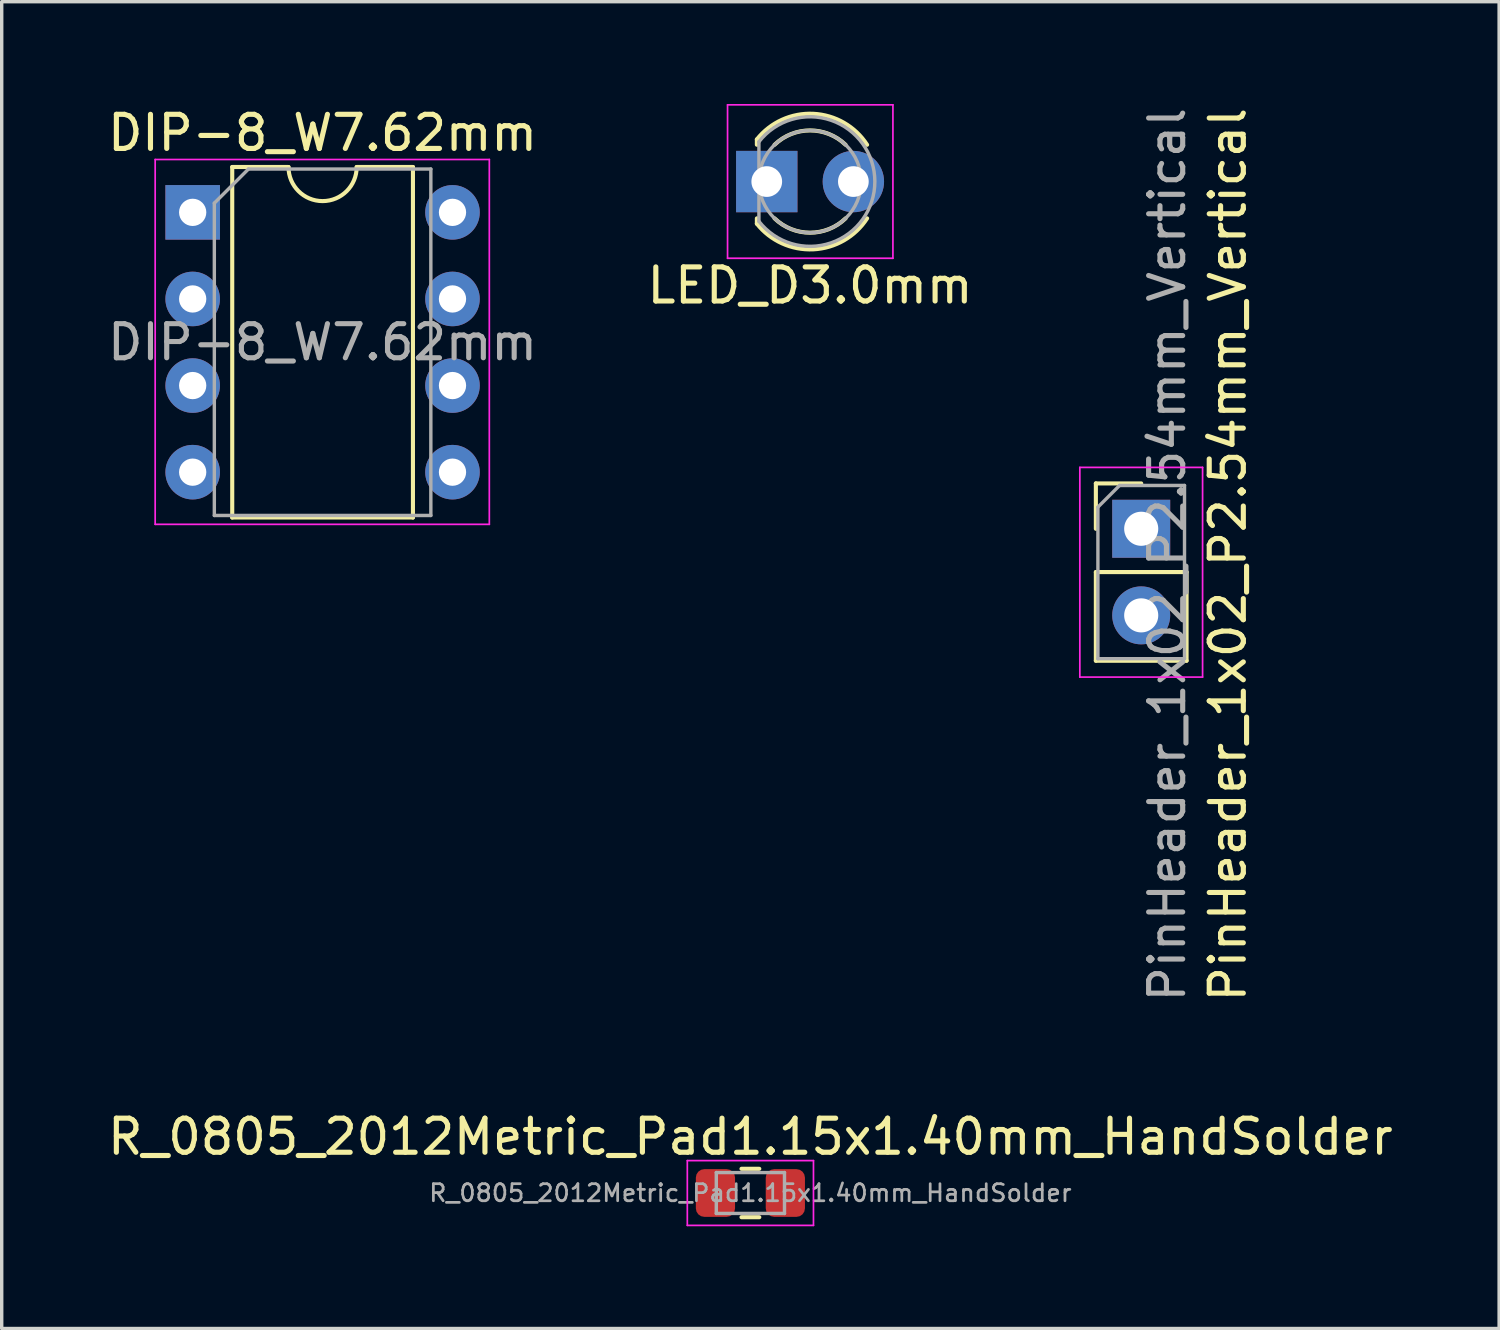
<source format=kicad_pcb>
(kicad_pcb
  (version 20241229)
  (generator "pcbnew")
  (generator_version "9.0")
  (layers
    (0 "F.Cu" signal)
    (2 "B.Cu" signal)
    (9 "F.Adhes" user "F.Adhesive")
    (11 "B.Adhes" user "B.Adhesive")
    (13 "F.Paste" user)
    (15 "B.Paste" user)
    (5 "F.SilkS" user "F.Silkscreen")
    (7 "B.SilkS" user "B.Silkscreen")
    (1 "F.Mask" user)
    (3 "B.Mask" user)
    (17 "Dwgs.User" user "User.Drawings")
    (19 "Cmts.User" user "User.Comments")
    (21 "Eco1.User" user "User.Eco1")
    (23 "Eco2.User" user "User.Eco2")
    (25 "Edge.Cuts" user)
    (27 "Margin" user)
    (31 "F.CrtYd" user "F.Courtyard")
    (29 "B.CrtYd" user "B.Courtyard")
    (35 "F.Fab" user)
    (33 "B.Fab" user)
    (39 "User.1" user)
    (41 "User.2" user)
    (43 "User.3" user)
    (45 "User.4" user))
  (footprint "PinHeader_1x02_P2.54mm_Vertical"
    (layer "F.Cu")
    (at 30.42 12.458)
    (property "Reference" "PinHeader_1x02_P2.54mm_Vertical" (at 2.54 0.762 270) (layer "F.SilkS") (effects (font (size 1 1) (thickness 0.15))))
    (attr through_hole)
    (fp_line (start -1.33 -1.33) (end 0 -1.33) (stroke (width 0.12) (type solid)) (layer "F.SilkS"))
    (fp_line (start -1.33 0) (end -1.33 -1.33) (stroke (width 0.12) (type solid)) (layer "F.SilkS"))
    (fp_line (start -1.33 1.27) (end -1.33 3.87) (stroke (width 0.12) (type solid)) (layer "F.SilkS"))
    (fp_line (start -1.33 1.27) (end 1.33 1.27) (stroke (width 0.12) (type solid)) (layer "F.SilkS"))
    (fp_line (start -1.33 3.87) (end 1.33 3.87) (stroke (width 0.12) (type solid)) (layer "F.SilkS"))
    (fp_line (start 1.33 1.27) (end 1.33 3.87) (stroke (width 0.12) (type solid)) (layer "F.SilkS"))
    (fp_line (start -1.8 -1.8) (end -1.8 4.35) (stroke (width 0.05) (type solid)) (layer "F.CrtYd"))
    (fp_line (start -1.8 4.35) (end 1.8 4.35) (stroke (width 0.05) (type solid)) (layer "F.CrtYd"))
    (fp_line (start 1.8 -1.8) (end -1.8 -1.8) (stroke (width 0.05) (type solid)) (layer "F.CrtYd"))
    (fp_line (start 1.8 4.35) (end 1.8 -1.8) (stroke (width 0.05) (type solid)) (layer "F.CrtYd"))
    (fp_line (start -1.27 -0.635) (end -0.635 -1.27) (stroke (width 0.1) (type solid)) (layer "F.Fab"))
    (fp_line (start -1.27 3.81) (end -1.27 -0.635) (stroke (width 0.1) (type solid)) (layer "F.Fab"))
    (fp_line (start -0.635 -1.27) (end 1.27 -1.27) (stroke (width 0.1) (type solid)) (layer "F.Fab"))
    (fp_line (start 1.27 -1.27) (end 1.27 3.81) (stroke (width 0.1) (type solid)) (layer "F.Fab"))
    (fp_line (start 1.27 3.81) (end -1.27 3.81) (stroke (width 0.1) (type solid)) (layer "F.Fab"))
    (fp_text user "${REFERENCE}" (at 0.762 0.762 270) (layer "F.Fab") (effects (font (size 1 1) (thickness 0.15))))
    (pad "1" thru_hole rect (at 0 0) (size 1.7 1.7) (drill 1) (layers "*.Cu" "*.Mask"))
    (pad "2" thru_hole oval (at 0 2.54) (size 1.7 1.7) (drill 1) (layers "*.Cu" "*.Mask")))
  (footprint "R_0805_2012Metric_Pad1.15x1.40mm_HandSolder"
    (layer "F.Cu")
    (at 18.958 31.939)
    (property "Reference" "R_0805_2012Metric_Pad1.15x1.40mm_HandSolder" (at 0 -1.65 0) (layer "F.SilkS") (effects (font (size 1 1) (thickness 0.15))))
    (attr smd)
    (fp_line (start -0.261 -0.71) (end 0.261 -0.71) (stroke (width 0.12) (type solid)) (layer "F.SilkS"))
    (fp_line (start -0.261 0.71) (end 0.261 0.71) (stroke (width 0.12) (type solid)) (layer "F.SilkS"))
    (fp_line (start -1.85 -0.95) (end 1.85 -0.95) (stroke (width 0.05) (type solid)) (layer "F.CrtYd"))
    (fp_line (start -1.85 0.95) (end -1.85 -0.95) (stroke (width 0.05) (type solid)) (layer "F.CrtYd"))
    (fp_line (start 1.85 -0.95) (end 1.85 0.95) (stroke (width 0.05) (type solid)) (layer "F.CrtYd"))
    (fp_line (start 1.85 0.95) (end -1.85 0.95) (stroke (width 0.05) (type solid)) (layer "F.CrtYd"))
    (fp_line (start -1 -0.6) (end 1 -0.6) (stroke (width 0.1) (type solid)) (layer "F.Fab"))
    (fp_line (start -1 0.6) (end -1 -0.6) (stroke (width 0.1) (type solid)) (layer "F.Fab"))
    (fp_line (start 1 -0.6) (end 1 0.6) (stroke (width 0.1) (type solid)) (layer "F.Fab"))
    (fp_line (start 1 0.6) (end -1 0.6) (stroke (width 0.1) (type solid)) (layer "F.Fab"))
    (fp_text user "${REFERENCE}" (at 0 0 0) (layer "F.Fab") (effects (font (size 0.5 0.5) (thickness 0.08))))
    (pad "1" smd roundrect (at -1.025 0) (size 1.15 1.4) (layers "F.Cu" "F.Mask" "F.Paste") (roundrect_rratio 0.217))
    (pad "2" smd roundrect (at 1.025 0) (size 1.15 1.4) (layers "F.Cu" "F.Mask" "F.Paste") (roundrect_rratio 0.217)))
  (footprint "DIP-8_W7.62mm"
    (layer "F.Cu")
    (at 2.601 3.178)
    (property "Reference" "DIP-8_W7.62mm" (at 3.81 -2.33 0) (layer "F.SilkS") (effects (font (size 1 1) (thickness 0.15))))
    (attr through_hole)
    (fp_line (start 1.16 -1.33) (end 1.16 8.95) (stroke (width 0.12) (type solid)) (layer "F.SilkS"))
    (fp_line (start 1.16 8.95) (end 6.46 8.95) (stroke (width 0.12) (type solid)) (layer "F.SilkS"))
    (fp_line (start 2.81 -1.33) (end 1.16 -1.33) (stroke (width 0.12) (type solid)) (layer "F.SilkS"))
    (fp_line (start 6.46 -1.33) (end 4.81 -1.33) (stroke (width 0.12) (type solid)) (layer "F.SilkS"))
    (fp_line (start 6.46 8.95) (end 6.46 -1.33) (stroke (width 0.12) (type solid)) (layer "F.SilkS"))
    (fp_arc (start 4.81 -1.33) (mid 3.81 -0.33) (end 2.81 -1.33) (stroke (width 0.12) (type solid)) (layer "F.SilkS"))
    (fp_line (start -1.1 -1.55) (end -1.1 9.15) (stroke (width 0.05) (type solid)) (layer "F.CrtYd"))
    (fp_line (start -1.1 9.15) (end 8.7 9.15) (stroke (width 0.05) (type solid)) (layer "F.CrtYd"))
    (fp_line (start 8.7 -1.55) (end -1.1 -1.55) (stroke (width 0.05) (type solid)) (layer "F.CrtYd"))
    (fp_line (start 8.7 9.15) (end 8.7 -1.55) (stroke (width 0.05) (type solid)) (layer "F.CrtYd"))
    (fp_line (start 0.635 -0.27) (end 1.635 -1.27) (stroke (width 0.1) (type solid)) (layer "F.Fab"))
    (fp_line (start 0.635 8.89) (end 0.635 -0.27) (stroke (width 0.1) (type solid)) (layer "F.Fab"))
    (fp_line (start 1.635 -1.27) (end 6.985 -1.27) (stroke (width 0.1) (type solid)) (layer "F.Fab"))
    (fp_line (start 6.985 -1.27) (end 6.985 8.89) (stroke (width 0.1) (type solid)) (layer "F.Fab"))
    (fp_line (start 6.985 8.89) (end 0.635 8.89) (stroke (width 0.1) (type solid)) (layer "F.Fab"))
    (fp_text user "${REFERENCE}" (at 3.81 3.81 0) (layer "F.Fab") (effects (font (size 1 1) (thickness 0.15))))
    (pad "1" thru_hole rect (at 0 0) (size 1.6 1.6) (drill 0.8) (layers "*.Cu" "*.Mask"))
    (pad "2" thru_hole oval (at 0 2.54) (size 1.6 1.6) (drill 0.8) (layers "*.Cu" "*.Mask"))
    (pad "3" thru_hole oval (at 0 5.08) (size 1.6 1.6) (drill 0.8) (layers "*.Cu" "*.Mask"))
    (pad "4" thru_hole oval (at 0 7.62) (size 1.6 1.6) (drill 0.8) (layers "*.Cu" "*.Mask"))
    (pad "5" thru_hole oval (at 7.62 7.62) (size 1.6 1.6) (drill 0.8) (layers "*.Cu" "*.Mask"))
    (pad "6" thru_hole oval (at 7.62 5.08) (size 1.6 1.6) (drill 0.8) (layers "*.Cu" "*.Mask"))
    (pad "7" thru_hole oval (at 7.62 2.54) (size 1.6 1.6) (drill 0.8) (layers "*.Cu" "*.Mask"))
    (pad "8" thru_hole oval (at 7.62 0) (size 1.6 1.6) (drill 0.8) (layers "*.Cu" "*.Mask")))
  (footprint "LED_D3.0mm"
    (layer "F.Cu")
    (at 19.438 2.275)
    (property "Reference" "LED_D3.0mm" (at 1.27 3.048 180) (layer "F.SilkS") (effects (font (size 1 1) (thickness 0.15))))
    (attr through_hole)
    (fp_line (start -0.29 -1.236) (end -0.29 -1.08) (stroke (width 0.12) (type solid)) (layer "F.SilkS"))
    (fp_line (start -0.29 1.08) (end -0.29 1.236) (stroke (width 0.12) (type solid)) (layer "F.SilkS"))
    (fp_arc (start -0.29 -1.235516) (mid 1.366487 -1.987659) (end 2.942335 -1.078608) (stroke (width 0.12) (type solid)) (layer "F.SilkS"))
    (fp_arc (start 0.229039 -1.08) (mid 1.270117 -1.5) (end 2.31113 -1.079837) (stroke (width 0.12) (type solid)) (layer "F.SilkS"))
    (fp_arc (start 2.31113 1.079837) (mid 1.270117 1.5) (end 0.229039 1.08) (stroke (width 0.12) (type solid)) (layer "F.SilkS"))
    (fp_arc (start 2.942335 1.078608) (mid 1.366487 1.987659) (end -0.29 1.235516) (stroke (width 0.12) (type solid)) (layer "F.SilkS"))
    (fp_line (start -1.15 -2.25) (end -1.15 2.25) (stroke (width 0.05) (type solid)) (layer "F.CrtYd"))
    (fp_line (start -1.15 2.25) (end 3.7 2.25) (stroke (width 0.05) (type solid)) (layer "F.CrtYd"))
    (fp_line (start 3.7 -2.25) (end -1.15 -2.25) (stroke (width 0.05) (type solid)) (layer "F.CrtYd"))
    (fp_line (start 3.7 2.25) (end 3.7 -2.25) (stroke (width 0.05) (type solid)) (layer "F.CrtYd"))
    (fp_line (start -0.23 -1.166) (end -0.23 1.166) (stroke (width 0.1) (type solid)) (layer "F.Fab"))
    (fp_arc (start -0.23 -1.16619) (mid 3.17 0.000452) (end -0.230555 1.165476) (stroke (width 0.1) (type solid)) (layer "F.Fab"))
    (fp_circle (center 1.27 0) (end 2.77 0) (stroke (width 0.1) (type solid)) (fill no) (layer "F.Fab"))
    (pad "1" thru_hole rect (at 0 0) (size 1.8 1.8) (drill 0.9) (layers "*.Cu" "*.Mask"))
    (pad "2" thru_hole circle (at 2.54 0) (size 1.8 1.8) (drill 0.9) (layers "*.Cu" "*.Mask")))
  (gr_rect
    (start -3 -3)
    (end 40.917 35.914)
    (stroke (width 0.1) (type default))
    (fill no)
    (layer "Edge.Cuts")))
</source>
